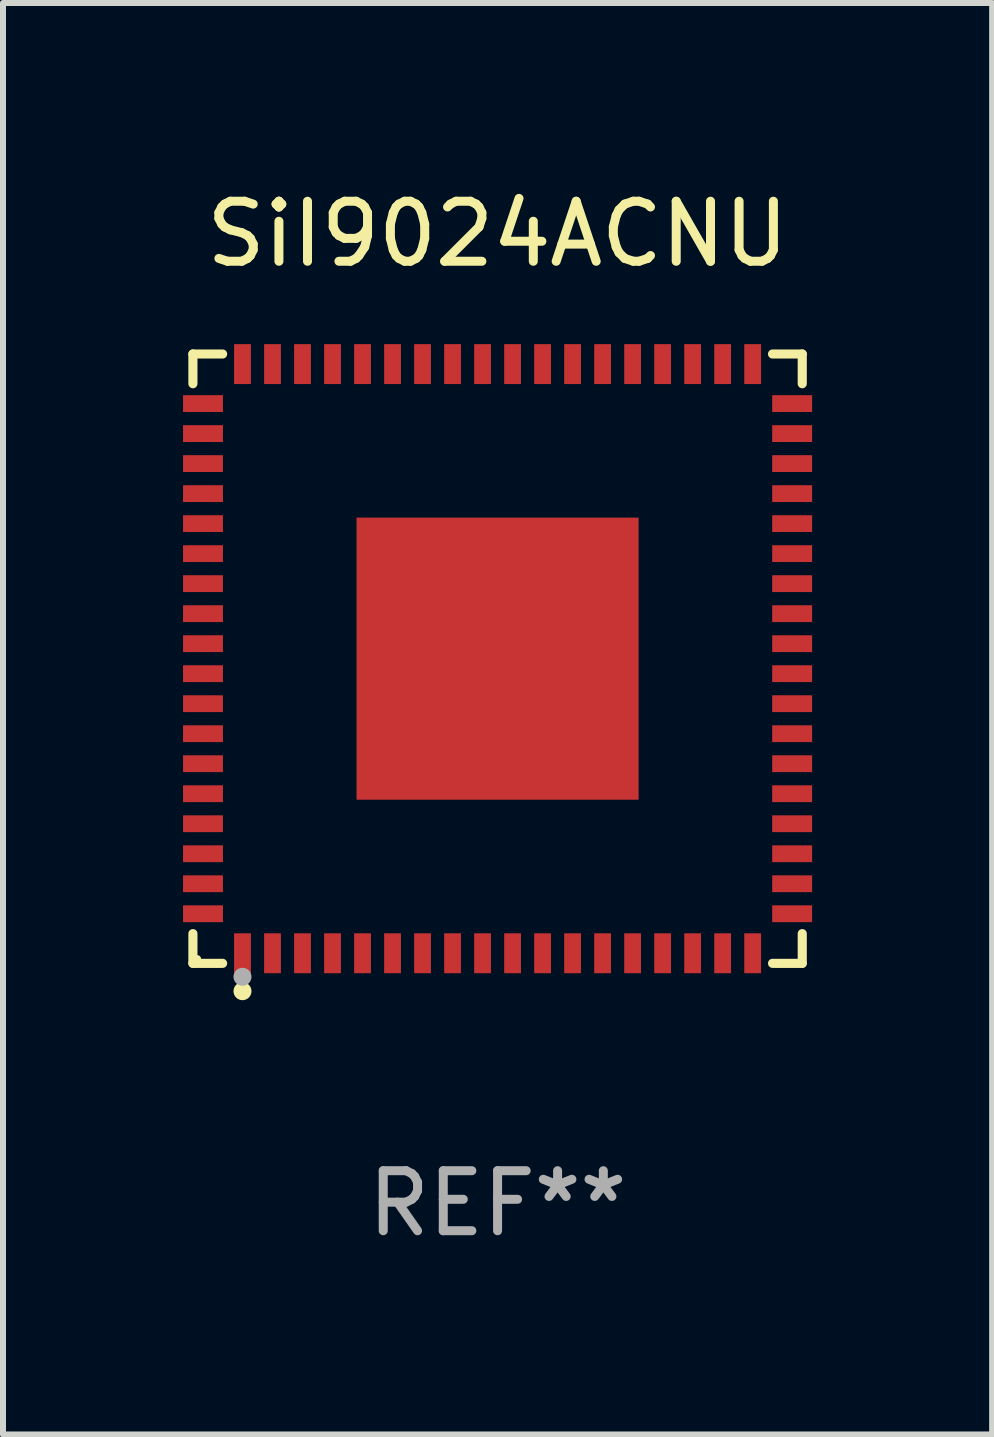
<source format=kicad_pcb>
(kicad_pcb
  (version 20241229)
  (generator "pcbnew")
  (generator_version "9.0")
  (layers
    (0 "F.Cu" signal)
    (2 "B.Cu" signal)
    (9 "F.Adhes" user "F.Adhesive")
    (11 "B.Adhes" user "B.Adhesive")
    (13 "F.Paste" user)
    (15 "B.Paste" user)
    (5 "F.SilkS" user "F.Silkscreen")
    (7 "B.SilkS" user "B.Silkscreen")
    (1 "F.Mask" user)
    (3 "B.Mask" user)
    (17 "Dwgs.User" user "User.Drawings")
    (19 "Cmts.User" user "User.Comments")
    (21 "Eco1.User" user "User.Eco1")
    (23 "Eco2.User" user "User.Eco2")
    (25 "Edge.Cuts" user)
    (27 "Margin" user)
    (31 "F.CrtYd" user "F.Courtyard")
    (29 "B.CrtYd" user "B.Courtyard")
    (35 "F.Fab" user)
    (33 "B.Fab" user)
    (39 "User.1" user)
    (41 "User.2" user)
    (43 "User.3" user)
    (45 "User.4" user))
  (footprint "SiI9024ACNU"
    (layer "F.Cu")
    (at 5.24 7.924)
    (property "Reference" "SiI9024ACNU" (at 0 -7.076 0) (layer "F.SilkS") (effects (font (size 1 1) (thickness 0.15))))
    (attr through_hole)
    (fp_line (start -5.076 -5.076) (end -4.581 -5.076) (stroke (width 0.152) (type solid)) (layer "F.SilkS"))
    (fp_line (start -5.076 -4.581) (end -5.076 -5.076) (stroke (width 0.152) (type solid)) (layer "F.SilkS"))
    (fp_line (start -5.076 4.581) (end -5.076 5.076) (stroke (width 0.152) (type solid)) (layer "F.SilkS"))
    (fp_line (start -5.076 5.076) (end -4.581 5.076) (stroke (width 0.152) (type solid)) (layer "F.SilkS"))
    (fp_line (start 5.076 -5.076) (end 4.581 -5.076) (stroke (width 0.152) (type solid)) (layer "F.SilkS"))
    (fp_line (start 5.076 -4.581) (end 5.076 -5.076) (stroke (width 0.152) (type solid)) (layer "F.SilkS"))
    (fp_line (start 5.076 4.581) (end 5.076 5.076) (stroke (width 0.152) (type solid)) (layer "F.SilkS"))
    (fp_line (start 5.076 5.076) (end 4.581 5.076) (stroke (width 0.152) (type solid)) (layer "F.SilkS"))
    (fp_circle (center -5 5) (end -4.97 5) (stroke (width 0.06) (type solid)) (fill no) (layer "F.SilkS"))
    (fp_circle (center -4.25 5.54) (end -4.175 5.54) (stroke (width 0.15) (type solid)) (fill no) (layer "F.SilkS"))
    (fp_circle (center -4.25 5.3) (end -4.175 5.3) (stroke (width 0.15) (type solid)) (fill no) (layer "F.Fab"))
    (fp_text user "REF**" (at 0 9.076 0) (layer "F.Fab") (effects (font (size 1 1) (thickness 0.15))))
    (pad "1" smd rect (at -4.25 4.908) (size 0.28 0.665) (layers "F.Cu" "F.Mask" "F.Paste"))
    (pad "2" smd rect (at -3.75 4.908) (size 0.28 0.665) (layers "F.Cu" "F.Mask" "F.Paste"))
    (pad "3" smd rect (at -3.25 4.908) (size 0.28 0.665) (layers "F.Cu" "F.Mask" "F.Paste"))
    (pad "4" smd rect (at -2.75 4.908) (size 0.28 0.665) (layers "F.Cu" "F.Mask" "F.Paste"))
    (pad "5" smd rect (at -2.25 4.908) (size 0.28 0.665) (layers "F.Cu" "F.Mask" "F.Paste"))
    (pad "6" smd rect (at -1.75 4.908) (size 0.28 0.665) (layers "F.Cu" "F.Mask" "F.Paste"))
    (pad "7" smd rect (at -1.25 4.908) (size 0.28 0.665) (layers "F.Cu" "F.Mask" "F.Paste"))
    (pad "8" smd rect (at -0.75 4.908) (size 0.28 0.665) (layers "F.Cu" "F.Mask" "F.Paste"))
    (pad "9" smd rect (at -0.25 4.908) (size 0.28 0.665) (layers "F.Cu" "F.Mask" "F.Paste"))
    (pad "10" smd rect (at 0.25 4.908) (size 0.28 0.665) (layers "F.Cu" "F.Mask" "F.Paste"))
    (pad "11" smd rect (at 0.75 4.908) (size 0.28 0.665) (layers "F.Cu" "F.Mask" "F.Paste"))
    (pad "12" smd rect (at 1.25 4.908) (size 0.28 0.665) (layers "F.Cu" "F.Mask" "F.Paste"))
    (pad "13" smd rect (at 1.75 4.908) (size 0.28 0.665) (layers "F.Cu" "F.Mask" "F.Paste"))
    (pad "14" smd rect (at 2.25 4.908) (size 0.28 0.665) (layers "F.Cu" "F.Mask" "F.Paste"))
    (pad "15" smd rect (at 2.75 4.908) (size 0.28 0.665) (layers "F.Cu" "F.Mask" "F.Paste"))
    (pad "16" smd rect (at 3.25 4.908) (size 0.28 0.665) (layers "F.Cu" "F.Mask" "F.Paste"))
    (pad "17" smd rect (at 3.75 4.908) (size 0.28 0.665) (layers "F.Cu" "F.Mask" "F.Paste"))
    (pad "18" smd rect (at 4.25 4.908) (size 0.28 0.665) (layers "F.Cu" "F.Mask" "F.Paste"))
    (pad "19" smd rect (at 4.908 4.25) (size 0.665 0.28) (layers "F.Cu" "F.Mask" "F.Paste"))
    (pad "20" smd rect (at 4.908 3.75) (size 0.665 0.28) (layers "F.Cu" "F.Mask" "F.Paste"))
    (pad "21" smd rect (at 4.908 3.25) (size 0.665 0.28) (layers "F.Cu" "F.Mask" "F.Paste"))
    (pad "22" smd rect (at 4.908 2.75) (size 0.665 0.28) (layers "F.Cu" "F.Mask" "F.Paste"))
    (pad "23" smd rect (at 4.908 2.25) (size 0.665 0.28) (layers "F.Cu" "F.Mask" "F.Paste"))
    (pad "24" smd rect (at 4.908 1.75) (size 0.665 0.28) (layers "F.Cu" "F.Mask" "F.Paste"))
    (pad "25" smd rect (at 4.908 1.25) (size 0.665 0.28) (layers "F.Cu" "F.Mask" "F.Paste"))
    (pad "26" smd rect (at 4.908 0.75) (size 0.665 0.28) (layers "F.Cu" "F.Mask" "F.Paste"))
    (pad "27" smd rect (at 4.908 0.25) (size 0.665 0.28) (layers "F.Cu" "F.Mask" "F.Paste"))
    (pad "28" smd rect (at 4.908 -0.25) (size 0.665 0.28) (layers "F.Cu" "F.Mask" "F.Paste"))
    (pad "29" smd rect (at 4.908 -0.75) (size 0.665 0.28) (layers "F.Cu" "F.Mask" "F.Paste"))
    (pad "30" smd rect (at 4.908 -1.25) (size 0.665 0.28) (layers "F.Cu" "F.Mask" "F.Paste"))
    (pad "31" smd rect (at 4.908 -1.75) (size 0.665 0.28) (layers "F.Cu" "F.Mask" "F.Paste"))
    (pad "32" smd rect (at 4.908 -2.25) (size 0.665 0.28) (layers "F.Cu" "F.Mask" "F.Paste"))
    (pad "33" smd rect (at 4.908 -2.75) (size 0.665 0.28) (layers "F.Cu" "F.Mask" "F.Paste"))
    (pad "34" smd rect (at 4.908 -3.25) (size 0.665 0.28) (layers "F.Cu" "F.Mask" "F.Paste"))
    (pad "35" smd rect (at 4.908 -3.75) (size 0.665 0.28) (layers "F.Cu" "F.Mask" "F.Paste"))
    (pad "36" smd rect (at 4.908 -4.25) (size 0.665 0.28) (layers "F.Cu" "F.Mask" "F.Paste"))
    (pad "37" smd rect (at 4.25 -4.908) (size 0.28 0.665) (layers "F.Cu" "F.Mask" "F.Paste"))
    (pad "38" smd rect (at 3.75 -4.908) (size 0.28 0.665) (layers "F.Cu" "F.Mask" "F.Paste"))
    (pad "39" smd rect (at 3.25 -4.908) (size 0.28 0.665) (layers "F.Cu" "F.Mask" "F.Paste"))
    (pad "40" smd rect (at 2.75 -4.908) (size 0.28 0.665) (layers "F.Cu" "F.Mask" "F.Paste"))
    (pad "41" smd rect (at 2.25 -4.908) (size 0.28 0.665) (layers "F.Cu" "F.Mask" "F.Paste"))
    (pad "42" smd rect (at 1.75 -4.908) (size 0.28 0.665) (layers "F.Cu" "F.Mask" "F.Paste"))
    (pad "43" smd rect (at 1.25 -4.908) (size 0.28 0.665) (layers "F.Cu" "F.Mask" "F.Paste"))
    (pad "44" smd rect (at 0.75 -4.908) (size 0.28 0.665) (layers "F.Cu" "F.Mask" "F.Paste"))
    (pad "45" smd rect (at 0.25 -4.908) (size 0.28 0.665) (layers "F.Cu" "F.Mask" "F.Paste"))
    (pad "46" smd rect (at -0.25 -4.908) (size 0.28 0.665) (layers "F.Cu" "F.Mask" "F.Paste"))
    (pad "47" smd rect (at -0.75 -4.908) (size 0.28 0.665) (layers "F.Cu" "F.Mask" "F.Paste"))
    (pad "48" smd rect (at -1.25 -4.908) (size 0.28 0.665) (layers "F.Cu" "F.Mask" "F.Paste"))
    (pad "49" smd rect (at -1.75 -4.908) (size 0.28 0.665) (layers "F.Cu" "F.Mask" "F.Paste"))
    (pad "50" smd rect (at -2.25 -4.908) (size 0.28 0.665) (layers "F.Cu" "F.Mask" "F.Paste"))
    (pad "51" smd rect (at -2.75 -4.908) (size 0.28 0.665) (layers "F.Cu" "F.Mask" "F.Paste"))
    (pad "52" smd rect (at -3.25 -4.908) (size 0.28 0.665) (layers "F.Cu" "F.Mask" "F.Paste"))
    (pad "53" smd rect (at -3.75 -4.908) (size 0.28 0.665) (layers "F.Cu" "F.Mask" "F.Paste"))
    (pad "54" smd rect (at -4.25 -4.908) (size 0.28 0.665) (layers "F.Cu" "F.Mask" "F.Paste"))
    (pad "55" smd rect (at -4.908 -4.25) (size 0.665 0.28) (layers "F.Cu" "F.Mask" "F.Paste"))
    (pad "56" smd rect (at -4.908 -3.75) (size 0.665 0.28) (layers "F.Cu" "F.Mask" "F.Paste"))
    (pad "57" smd rect (at -4.908 -3.25) (size 0.665 0.28) (layers "F.Cu" "F.Mask" "F.Paste"))
    (pad "58" smd rect (at -4.908 -2.75) (size 0.665 0.28) (layers "F.Cu" "F.Mask" "F.Paste"))
    (pad "59" smd rect (at -4.908 -2.25) (size 0.665 0.28) (layers "F.Cu" "F.Mask" "F.Paste"))
    (pad "60" smd rect (at -4.908 -1.75) (size 0.665 0.28) (layers "F.Cu" "F.Mask" "F.Paste"))
    (pad "61" smd rect (at -4.908 -1.25) (size 0.665 0.28) (layers "F.Cu" "F.Mask" "F.Paste"))
    (pad "62" smd rect (at -4.908 -0.75) (size 0.665 0.28) (layers "F.Cu" "F.Mask" "F.Paste"))
    (pad "63" smd rect (at -4.908 -0.25) (size 0.665 0.28) (layers "F.Cu" "F.Mask" "F.Paste"))
    (pad "64" smd rect (at -4.908 0.25) (size 0.665 0.28) (layers "F.Cu" "F.Mask" "F.Paste"))
    (pad "65" smd rect (at -4.908 0.75) (size 0.665 0.28) (layers "F.Cu" "F.Mask" "F.Paste"))
    (pad "66" smd rect (at -4.908 1.25) (size 0.665 0.28) (layers "F.Cu" "F.Mask" "F.Paste"))
    (pad "67" smd rect (at -4.908 1.75) (size 0.665 0.28) (layers "F.Cu" "F.Mask" "F.Paste"))
    (pad "68" smd rect (at -4.908 2.25) (size 0.665 0.28) (layers "F.Cu" "F.Mask" "F.Paste"))
    (pad "69" smd rect (at -4.908 2.75) (size 0.665 0.28) (layers "F.Cu" "F.Mask" "F.Paste"))
    (pad "70" smd rect (at -4.908 3.25) (size 0.665 0.28) (layers "F.Cu" "F.Mask" "F.Paste"))
    (pad "71" smd rect (at -4.908 3.75) (size 0.665 0.28) (layers "F.Cu" "F.Mask" "F.Paste"))
    (pad "72" smd rect (at -4.908 4.25) (size 0.665 0.28) (layers "F.Cu" "F.Mask" "F.Paste"))
    (pad "73" smd rect (at 0 0) (size 4.7 4.7) (layers "F.Cu" "F.Mask" "F.Paste")))
  (gr_rect
    (start -3 -3)
    (end 13.48 20.849)
    (stroke (width 0.1) (type default))
    (fill no)
    (layer "Edge.Cuts")))
</source>
